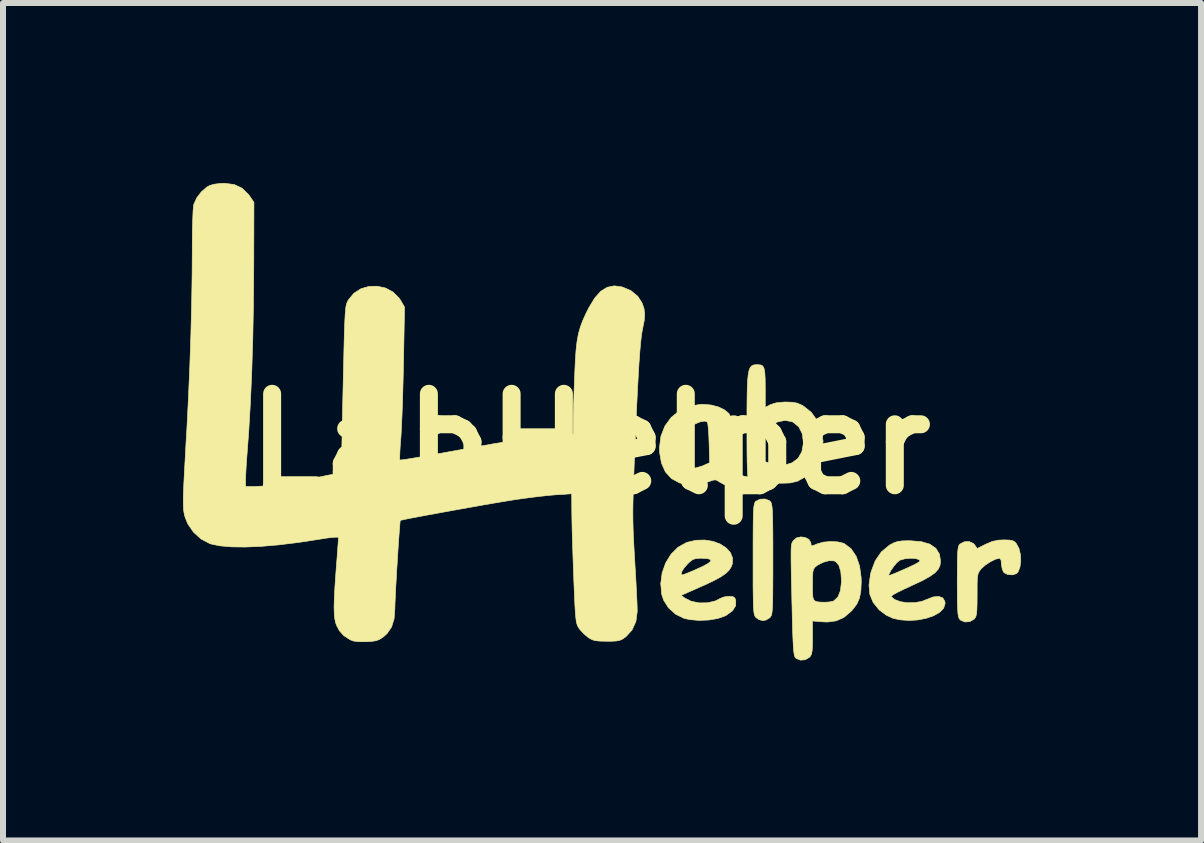
<source format=kicad_pcb>
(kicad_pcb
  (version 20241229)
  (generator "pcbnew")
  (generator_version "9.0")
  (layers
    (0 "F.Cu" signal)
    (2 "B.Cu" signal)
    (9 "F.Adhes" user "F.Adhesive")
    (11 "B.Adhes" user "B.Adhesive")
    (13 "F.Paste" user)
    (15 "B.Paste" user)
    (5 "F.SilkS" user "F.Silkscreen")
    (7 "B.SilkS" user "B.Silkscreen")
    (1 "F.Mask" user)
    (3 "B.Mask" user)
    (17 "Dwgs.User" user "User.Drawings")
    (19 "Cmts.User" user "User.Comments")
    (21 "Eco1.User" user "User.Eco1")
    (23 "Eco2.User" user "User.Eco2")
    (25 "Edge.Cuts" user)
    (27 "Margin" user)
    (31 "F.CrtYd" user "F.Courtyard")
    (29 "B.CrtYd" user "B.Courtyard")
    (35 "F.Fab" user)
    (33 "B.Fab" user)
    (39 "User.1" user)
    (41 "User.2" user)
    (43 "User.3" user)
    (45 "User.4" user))
  (footprint "LabHelper"
    (layer "F.Cu")
    (at 6.783 4.348)
    (property "Reference" "LabHelper" (at 0 0 0) (layer "F.SilkS") (effects (font (size 1.524 1.524) (thickness 0.3))))
    (attr through_hole)
    (fp_poly (pts (xy 2.989 0.945) (xy 3.006 0.961) (xy 3.017 0.977) (xy 3.026 1.004) (xy 3.033 1.044) (xy 3.039 1.105) (xy 3.042 1.19) (xy 3.045 1.304) (xy 3.047 1.454) (xy 3.048 1.643) (xy 3.048 1.877) (xy 3.048 1.926) (xy 3.048 2.167) (xy 3.047 2.361) (xy 3.046 2.516) (xy 3.044 2.635) (xy 3.041 2.724) (xy 3.036 2.788) (xy 3.03 2.831) (xy 3.021 2.861) (xy 3.011 2.88) (xy 2.997 2.895) (xy 2.997 2.896) (xy 2.937 2.934) (xy 2.883 2.946) (xy 2.817 2.929) (xy 2.769 2.896) (xy 2.755 2.881) (xy 2.745 2.861) (xy 2.736 2.832) (xy 2.73 2.789) (xy 2.725 2.725) (xy 2.722 2.637) (xy 2.72 2.519) (xy 2.718 2.365) (xy 2.718 2.172) (xy 2.718 1.932) (xy 2.718 1.922) (xy 2.718 1.68) (xy 2.719 1.484) (xy 2.72 1.328) (xy 2.722 1.209) (xy 2.725 1.119) (xy 2.73 1.055) (xy 2.737 1.012) (xy 2.745 0.984) (xy 2.755 0.966) (xy 2.764 0.956) (xy 2.834 0.922) (xy 2.916 0.918) (xy 2.989 0.945)) (stroke (width 0.01) (type solid)) (fill yes) (layer "F.SilkS"))
    (fp_poly (pts (xy 6.989 1.603) (xy 7.046 1.613) (xy 7.084 1.637) (xy 7.108 1.665) (xy 7.15 1.746) (xy 7.174 1.848) (xy 7.179 1.956) (xy 7.165 2.056) (xy 7.134 2.134) (xy 7.104 2.164) (xy 7.038 2.183) (xy 6.96 2.176) (xy 6.899 2.145) (xy 6.898 2.144) (xy 6.871 2.091) (xy 6.858 2.014) (xy 6.858 2.005) (xy 6.85 1.934) (xy 6.829 1.906) (xy 6.826 1.906) (xy 6.758 1.922) (xy 6.673 1.964) (xy 6.588 2.02) (xy 6.522 2.079) (xy 6.52 2.081) (xy 6.493 2.115) (xy 6.474 2.148) (xy 6.462 2.19) (xy 6.455 2.25) (xy 6.452 2.338) (xy 6.452 2.464) (xy 6.452 2.517) (xy 6.451 2.659) (xy 6.448 2.76) (xy 6.443 2.828) (xy 6.432 2.873) (xy 6.417 2.902) (xy 6.401 2.921) (xy 6.33 2.962) (xy 6.249 2.968) (xy 6.177 2.938) (xy 6.163 2.925) (xy 6.15 2.905) (xy 6.139 2.873) (xy 6.132 2.823) (xy 6.127 2.748) (xy 6.123 2.643) (xy 6.122 2.5) (xy 6.121 2.314) (xy 6.121 2.294) (xy 6.122 2.106) (xy 6.123 1.962) (xy 6.125 1.855) (xy 6.13 1.78) (xy 6.137 1.729) (xy 6.146 1.697) (xy 6.159 1.676) (xy 6.168 1.668) (xy 6.239 1.631) (xy 6.32 1.628) (xy 6.389 1.659) (xy 6.413 1.685) (xy 6.452 1.744) (xy 6.595 1.672) (xy 6.706 1.625) (xy 6.811 1.604) (xy 6.898 1.6) (xy 6.989 1.603)) (stroke (width 0.01) (type solid)) (fill yes) (layer "F.SilkS"))
    (fp_poly (pts (xy 2.049 1.624) (xy 2.17 1.669) (xy 2.269 1.733) (xy 2.34 1.811) (xy 2.376 1.902) (xy 2.372 2.001) (xy 2.35 2.056) (xy 2.315 2.109) (xy 2.261 2.161) (xy 2.183 2.214) (xy 2.074 2.274) (xy 1.927 2.344) (xy 1.825 2.389) (xy 1.52 2.524) (xy 1.579 2.569) (xy 1.687 2.623) (xy 1.821 2.65) (xy 1.961 2.648) (xy 2.091 2.617) (xy 2.168 2.577) (xy 2.229 2.552) (xy 2.308 2.54) (xy 2.317 2.54) (xy 2.382 2.545) (xy 2.414 2.568) (xy 2.429 2.608) (xy 2.427 2.698) (xy 2.376 2.78) (xy 2.274 2.855) (xy 2.251 2.867) (xy 2.131 2.91) (xy 1.981 2.935) (xy 1.82 2.942) (xy 1.666 2.929) (xy 1.566 2.907) (xy 1.426 2.838) (xy 1.309 2.733) (xy 1.227 2.604) (xy 1.195 2.507) (xy 1.179 2.327) (xy 1.2 2.169) (xy 1.52 2.169) (xy 1.538 2.184) (xy 1.567 2.175) (xy 1.629 2.151) (xy 1.714 2.116) (xy 1.735 2.107) (xy 1.876 2.043) (xy 1.968 1.993) (xy 2.013 1.955) (xy 2.01 1.928) (xy 1.959 1.912) (xy 1.863 1.906) (xy 1.845 1.905) (xy 1.767 1.91) (xy 1.71 1.929) (xy 1.653 1.974) (xy 1.623 2.004) (xy 1.567 2.069) (xy 1.531 2.127) (xy 1.52 2.169) (xy 1.2 2.169) (xy 1.202 2.15) (xy 1.261 1.984) (xy 1.35 1.839) (xy 1.466 1.723) (xy 1.604 1.646) (xy 1.62 1.64) (xy 1.767 1.606) (xy 1.913 1.602) (xy 2.049 1.624)) (stroke (width 0.01) (type solid)) (fill yes) (layer "F.SilkS"))
    (fp_poly (pts (xy 2.018 -0.648) (xy 2.141 -0.616) (xy 2.242 -0.567) (xy 2.314 -0.507) (xy 2.35 -0.44) (xy 2.344 -0.37) (xy 2.339 -0.36) (xy 2.328 -0.314) (xy 2.318 -0.23) (xy 2.313 -0.122) (xy 2.311 -0.039) (xy 2.313 0.093) (xy 2.32 0.19) (xy 2.335 0.268) (xy 2.359 0.343) (xy 2.375 0.381) (xy 2.413 0.475) (xy 2.432 0.536) (xy 2.432 0.576) (xy 2.413 0.608) (xy 2.388 0.635) (xy 2.314 0.679) (xy 2.232 0.675) (xy 2.16 0.636) (xy 2.118 0.608) (xy 2.083 0.599) (xy 2.038 0.608) (xy 1.963 0.635) (xy 1.959 0.636) (xy 1.79 0.677) (xy 1.618 0.678) (xy 1.489 0.649) (xy 1.356 0.576) (xy 1.256 0.466) (xy 1.191 0.32) (xy 1.16 0.14) (xy 1.158 0.064) (xy 1.161 0.039) (xy 1.501 0.039) (xy 1.504 0.131) (xy 1.514 0.225) (xy 1.533 0.286) (xy 1.567 0.33) (xy 1.584 0.347) (xy 1.667 0.394) (xy 1.761 0.401) (xy 1.876 0.367) (xy 1.892 0.359) (xy 1.994 0.314) (xy 1.985 -0.015) (xy 1.98 -0.14) (xy 1.973 -0.246) (xy 1.965 -0.324) (xy 1.957 -0.363) (xy 1.955 -0.365) (xy 1.91 -0.38) (xy 1.838 -0.368) (xy 1.755 -0.334) (xy 1.675 -0.284) (xy 1.652 -0.265) (xy 1.567 -0.173) (xy 1.518 -0.077) (xy 1.501 0.039) (xy 1.161 0.039) (xy 1.182 -0.127) (xy 1.248 -0.297) (xy 1.352 -0.44) (xy 1.489 -0.552) (xy 1.653 -0.626) (xy 1.839 -0.659) (xy 1.88 -0.66) (xy 2.018 -0.648)) (stroke (width 0.01) (type solid)) (fill yes) (layer "F.SilkS"))
    (fp_poly (pts (xy 5.334 1.614) (xy 5.52 1.629) (xy 5.664 1.671) (xy 5.765 1.741) (xy 5.824 1.838) (xy 5.842 1.952) (xy 5.834 2.023) (xy 5.806 2.086) (xy 5.752 2.146) (xy 5.667 2.207) (xy 5.547 2.274) (xy 5.384 2.351) (xy 5.339 2.372) (xy 5.222 2.426) (xy 5.124 2.474) (xy 5.054 2.513) (xy 5.02 2.538) (xy 5.018 2.543) (xy 5.077 2.594) (xy 5.17 2.629) (xy 5.285 2.647) (xy 5.409 2.646) (xy 5.527 2.626) (xy 5.606 2.595) (xy 5.719 2.551) (xy 5.812 2.542) (xy 5.879 2.567) (xy 5.914 2.625) (xy 5.918 2.662) (xy 5.894 2.738) (xy 5.829 2.806) (xy 5.729 2.863) (xy 5.605 2.906) (xy 5.464 2.934) (xy 5.315 2.943) (xy 5.166 2.932) (xy 5.048 2.906) (xy 4.935 2.853) (xy 4.825 2.77) (xy 4.815 2.761) (xy 4.719 2.642) (xy 4.664 2.508) (xy 4.65 2.354) (xy 4.672 2.193) (xy 4.978 2.193) (xy 4.999 2.189) (xy 5.055 2.168) (xy 5.135 2.135) (xy 5.226 2.095) (xy 5.319 2.053) (xy 5.402 2.014) (xy 5.458 1.984) (xy 5.497 1.956) (xy 5.493 1.935) (xy 5.483 1.928) (xy 5.423 1.91) (xy 5.336 1.906) (xy 5.243 1.916) (xy 5.168 1.937) (xy 5.161 1.941) (xy 5.115 1.978) (xy 5.063 2.04) (xy 5.015 2.109) (xy 4.984 2.17) (xy 4.978 2.193) (xy 4.672 2.193) (xy 4.675 2.172) (xy 4.687 2.124) (xy 4.754 1.948) (xy 4.855 1.801) (xy 4.985 1.692) (xy 4.998 1.683) (xy 5.065 1.648) (xy 5.126 1.627) (xy 5.199 1.617) (xy 5.301 1.614) (xy 5.334 1.614)) (stroke (width 0.01) (type solid)) (fill yes) (layer "F.SilkS"))
    (fp_poly (pts (xy 2.844 -1.316) (xy 2.878 -1.299) (xy 2.9 -1.26) (xy 2.913 -1.194) (xy 2.919 -1.091) (xy 2.921 -0.946) (xy 2.921 -0.934) (xy 2.921 -0.608) (xy 3.004 -0.653) (xy 3.103 -0.685) (xy 3.245 -0.698) (xy 3.264 -0.698) (xy 3.372 -0.694) (xy 3.451 -0.68) (xy 3.524 -0.649) (xy 3.558 -0.63) (xy 3.689 -0.525) (xy 3.791 -0.382) (xy 3.85 -0.24) (xy 3.884 -0.049) (xy 3.868 0.131) (xy 3.804 0.299) (xy 3.692 0.451) (xy 3.675 0.469) (xy 3.566 0.562) (xy 3.457 0.622) (xy 3.333 0.651) (xy 3.181 0.656) (xy 3.105 0.651) (xy 2.996 0.642) (xy 2.924 0.637) (xy 2.877 0.636) (xy 2.84 0.638) (xy 2.801 0.645) (xy 2.781 0.649) (xy 2.71 0.65) (xy 2.66 0.616) (xy 2.648 0.599) (xy 2.639 0.574) (xy 2.631 0.535) (xy 2.626 0.478) (xy 2.622 0.396) (xy 2.619 0.286) (xy 2.617 0.141) (xy 2.616 -0.044) (xy 2.616 -0.255) (xy 2.921 -0.255) (xy 2.921 0.297) (xy 3.004 0.324) (xy 3.145 0.35) (xy 3.281 0.342) (xy 3.368 0.315) (xy 3.467 0.241) (xy 3.53 0.133) (xy 3.556 -0.006) (xy 3.556 -0.028) (xy 3.537 -0.171) (xy 3.481 -0.282) (xy 3.391 -0.358) (xy 3.364 -0.371) (xy 3.25 -0.392) (xy 3.123 -0.365) (xy 3.004 -0.305) (xy 2.921 -0.255) (xy 2.616 -0.255) (xy 2.616 -0.274) (xy 2.616 -0.302) (xy 2.616 -0.556) (xy 2.618 -0.764) (xy 2.621 -0.93) (xy 2.627 -1.059) (xy 2.637 -1.156) (xy 2.651 -1.226) (xy 2.67 -1.272) (xy 2.695 -1.3) (xy 2.727 -1.315) (xy 2.767 -1.32) (xy 2.795 -1.32) (xy 2.844 -1.316)) (stroke (width 0.01) (type solid)) (fill yes) (layer "F.SilkS"))
    (fp_poly (pts (xy 3.588 1.56) (xy 3.649 1.593) (xy 3.681 1.647) (xy 3.683 1.666) (xy 3.685 1.692) (xy 3.699 1.699) (xy 3.737 1.687) (xy 3.793 1.664) (xy 3.892 1.637) (xy 4.011 1.627) (xy 4.128 1.633) (xy 4.223 1.655) (xy 4.24 1.663) (xy 4.352 1.748) (xy 4.437 1.874) (xy 4.493 2.036) (xy 4.519 2.229) (xy 4.521 2.297) (xy 4.514 2.451) (xy 4.491 2.571) (xy 4.447 2.67) (xy 4.376 2.764) (xy 4.348 2.793) (xy 4.231 2.892) (xy 4.104 2.949) (xy 3.956 2.969) (xy 3.854 2.964) (xy 3.708 2.951) (xy 3.708 3.228) (xy 3.707 3.353) (xy 3.703 3.439) (xy 3.694 3.494) (xy 3.678 3.531) (xy 3.658 3.556) (xy 3.588 3.597) (xy 3.509 3.604) (xy 3.439 3.577) (xy 3.423 3.562) (xy 3.412 3.543) (xy 3.403 3.508) (xy 3.395 3.453) (xy 3.389 3.372) (xy 3.383 3.261) (xy 3.377 3.115) (xy 3.372 2.929) (xy 3.367 2.697) (xy 3.366 2.68) (xy 3.361 2.428) (xy 3.359 2.349) (xy 3.708 2.349) (xy 3.709 2.473) (xy 3.714 2.554) (xy 3.731 2.602) (xy 3.764 2.627) (xy 3.821 2.636) (xy 3.907 2.639) (xy 3.987 2.635) (xy 4.053 2.621) (xy 4.065 2.615) (xy 4.132 2.551) (xy 4.174 2.445) (xy 4.191 2.299) (xy 4.191 2.273) (xy 4.18 2.13) (xy 4.148 2.025) (xy 4.096 1.962) (xy 4.064 1.949) (xy 3.983 1.947) (xy 3.886 1.973) (xy 3.794 2.02) (xy 3.775 2.034) (xy 3.745 2.06) (xy 3.726 2.089) (xy 3.715 2.132) (xy 3.71 2.2) (xy 3.708 2.303) (xy 3.708 2.349) (xy 3.359 2.349) (xy 3.356 2.223) (xy 3.353 2.058) (xy 3.351 1.93) (xy 3.351 1.832) (xy 3.352 1.76) (xy 3.355 1.71) (xy 3.359 1.675) (xy 3.366 1.652) (xy 3.374 1.635) (xy 3.384 1.619) (xy 3.39 1.611) (xy 3.443 1.566) (xy 3.515 1.55) (xy 3.588 1.56)) (stroke (width 0.01) (type solid)) (fill yes) (layer "F.SilkS"))
    (fp_poly (pts (xy -5.93 -4.323) (xy -5.798 -4.261) (xy -5.688 -4.153) (xy -5.664 -4.119) (xy -5.601 -4.026) (xy -5.604 -2.946) (xy -5.609 -2.339) (xy -5.62 -1.759) (xy -5.637 -1.212) (xy -5.659 -0.703) (xy -5.686 -0.236) (xy -5.703 -0.000253) (xy -5.715 0.158) (xy -5.726 0.308) (xy -5.734 0.438) (xy -5.739 0.537) (xy -5.74 0.59) (xy -5.74 0.711) (xy -5.607 0.711) (xy -5.474 0.704) (xy -5.302 0.686) (xy -5.099 0.658) (xy -4.875 0.622) (xy -4.639 0.578) (xy -4.528 0.556) (xy -4.14 0.475) (xy -4.14 0.346) (xy -4.14 0.295) (xy -4.138 0.198) (xy -4.136 0.062) (xy -4.132 -0.108) (xy -4.128 -0.307) (xy -4.124 -0.529) (xy -4.119 -0.769) (xy -4.113 -1.02) (xy -4.113 -1.041) (xy -4.106 -1.326) (xy -4.101 -1.565) (xy -4.096 -1.762) (xy -4.091 -1.922) (xy -4.086 -2.049) (xy -4.081 -2.148) (xy -4.075 -2.223) (xy -4.069 -2.278) (xy -4.061 -2.319) (xy -4.051 -2.35) (xy -4.04 -2.375) (xy -4.027 -2.399) (xy -4.026 -2.401) (xy -3.936 -2.51) (xy -3.819 -2.585) (xy -3.686 -2.624) (xy -3.546 -2.628) (xy -3.408 -2.598) (xy -3.284 -2.532) (xy -3.183 -2.432) (xy -3.156 -2.392) (xy -3.091 -2.281) (xy -3.108 -1.363) (xy -3.113 -1.133) (xy -3.119 -0.904) (xy -3.125 -0.683) (xy -3.133 -0.48) (xy -3.141 -0.305) (xy -3.148 -0.165) (xy -3.153 -0.094) (xy -3.163 0.033) (xy -3.169 0.142) (xy -3.172 0.223) (xy -3.17 0.265) (xy -3.169 0.269) (xy -3.142 0.267) (xy -3.07 0.258) (xy -2.961 0.24) (xy -2.82 0.216) (xy -2.653 0.187) (xy -2.465 0.153) (xy -2.334 0.129) (xy -2.042 0.076) (xy -1.792 0.031) (xy -1.578 -0.007) (xy -1.392 -0.037) (xy -1.227 -0.063) (xy -1.076 -0.083) (xy -0.93 -0.101) (xy -0.784 -0.116) (xy -0.63 -0.13) (xy -0.629 -0.13) (xy -0.279 -0.161) (xy -0.278 -0.379) (xy -0.277 -0.471) (xy -0.274 -0.603) (xy -0.269 -0.763) (xy -0.263 -0.938) (xy -0.257 -1.118) (xy -0.255 -1.156) (xy -0.245 -1.377) (xy -0.233 -1.558) (xy -0.216 -1.707) (xy -0.193 -1.833) (xy -0.161 -1.948) (xy -0.119 -2.06) (xy -0.065 -2.178) (xy -0.02 -2.268) (xy 0.078 -2.43) (xy 0.178 -2.543) (xy 0.286 -2.61) (xy 0.404 -2.634) (xy 0.536 -2.616) (xy 0.681 -2.555) (xy 0.796 -2.46) (xy 0.866 -2.352) (xy 0.899 -2.261) (xy 0.911 -2.167) (xy 0.904 -2.057) (xy 0.878 -1.926) (xy 0.865 -1.858) (xy 0.853 -1.77) (xy 0.841 -1.658) (xy 0.829 -1.519) (xy 0.817 -1.35) (xy 0.805 -1.147) (xy 0.792 -0.908) (xy 0.778 -0.628) (xy 0.764 -0.304) (xy 0.748 0.066) (xy 0.745 0.144) (xy 0.734 0.413) (xy 0.726 0.638) (xy 0.72 0.828) (xy 0.716 0.992) (xy 0.714 1.137) (xy 0.715 1.271) (xy 0.718 1.403) (xy 0.723 1.539) (xy 0.731 1.689) (xy 0.74 1.859) (xy 0.745 1.935) (xy 0.756 2.129) (xy 0.767 2.313) (xy 0.775 2.48) (xy 0.782 2.621) (xy 0.786 2.727) (xy 0.787 2.792) (xy 0.787 2.794) (xy 0.765 2.96) (xy 0.701 3.101) (xy 0.6 3.212) (xy 0.595 3.216) (xy 0.544 3.252) (xy 0.496 3.274) (xy 0.436 3.285) (xy 0.349 3.289) (xy 0.281 3.289) (xy 0.169 3.287) (xy 0.092 3.28) (xy 0.034 3.263) (xy -0.018 3.234) (xy -0.028 3.227) (xy -0.104 3.164) (xy -0.172 3.089) (xy -0.181 3.077) (xy -0.198 3.05) (xy -0.212 3.021) (xy -0.223 2.984) (xy -0.232 2.934) (xy -0.24 2.863) (xy -0.247 2.767) (xy -0.254 2.639) (xy -0.261 2.474) (xy -0.27 2.264) (xy -0.271 2.224) (xy -0.279 2.013) (xy -0.286 1.802) (xy -0.293 1.6) (xy -0.298 1.417) (xy -0.301 1.265) (xy -0.303 1.152) (xy -0.303 1.146) (xy -0.305 0.831) (xy -0.565 0.848) (xy -0.686 0.858) (xy -0.841 0.875) (xy -1.011 0.896) (xy -1.179 0.919) (xy -1.232 0.926) (xy -1.34 0.944) (xy -1.478 0.966) (xy -1.64 0.994) (xy -1.819 1.025) (xy -2.01 1.059) (xy -2.205 1.094) (xy -2.399 1.129) (xy -2.584 1.163) (xy -2.754 1.194) (xy -2.902 1.222) (xy -3.023 1.245) (xy -3.11 1.263) (xy -3.156 1.274) (xy -3.162 1.276) (xy -3.166 1.304) (xy -3.172 1.375) (xy -3.18 1.481) (xy -3.19 1.615) (xy -3.2 1.768) (xy -3.21 1.933) (xy -3.221 2.102) (xy -3.23 2.267) (xy -3.239 2.42) (xy -3.245 2.554) (xy -3.25 2.661) (xy -3.252 2.733) (xy -3.252 2.743) (xy -3.265 2.915) (xy -3.307 3.052) (xy -3.381 3.16) (xy -3.443 3.216) (xy -3.502 3.255) (xy -3.56 3.279) (xy -3.636 3.291) (xy -3.732 3.297) (xy -3.856 3.297) (xy -3.944 3.285) (xy -4 3.263) (xy -4.104 3.195) (xy -4.176 3.115) (xy -4.219 3.035) (xy -4.24 2.98) (xy -4.254 2.912) (xy -4.262 2.826) (xy -4.265 2.715) (xy -4.261 2.574) (xy -4.252 2.397) (xy -4.237 2.178) (xy -4.229 2.07) (xy -4.217 1.918) (xy -4.207 1.783) (xy -4.199 1.673) (xy -4.194 1.596) (xy -4.191 1.562) (xy -4.191 1.561) (xy -4.215 1.554) (xy -4.285 1.557) (xy -4.396 1.571) (xy -4.528 1.592) (xy -4.869 1.644) (xy -5.189 1.683) (xy -5.484 1.708) (xy -5.748 1.719) (xy -5.979 1.716) (xy -6.17 1.699) (xy -6.317 1.668) (xy -6.336 1.662) (xy -6.482 1.585) (xy -6.608 1.471) (xy -6.704 1.332) (xy -6.746 1.228) (xy -6.757 1.19) (xy -6.765 1.152) (xy -6.772 1.111) (xy -6.776 1.06) (xy -6.778 0.997) (xy -6.778 0.916) (xy -6.775 0.813) (xy -6.77 0.682) (xy -6.762 0.52) (xy -6.751 0.322) (xy -6.738 0.083) (xy -6.722 -0.202) (xy -6.719 -0.241) (xy -6.693 -0.754) (xy -6.67 -1.283) (xy -6.652 -1.814) (xy -6.639 -2.332) (xy -6.631 -2.825) (xy -6.629 -3.162) (xy -6.628 -3.378) (xy -6.626 -3.571) (xy -6.621 -3.736) (xy -6.616 -3.866) (xy -6.609 -3.956) (xy -6.602 -3.995) (xy -6.554 -4.1) (xy -6.476 -4.202) (xy -6.383 -4.282) (xy -6.332 -4.309) (xy -6.262 -4.328) (xy -6.165 -4.34) (xy -6.089 -4.343) (xy -5.93 -4.323)) (stroke (width 0.01) (type solid)) (fill yes) (layer "F.SilkS")))
  (gr_rect
    (start -3 -3)
    (end 16.967 10.957)
    (stroke (width 0.1) (type default))
    (fill no)
    (layer "Edge.Cuts")))
</source>
